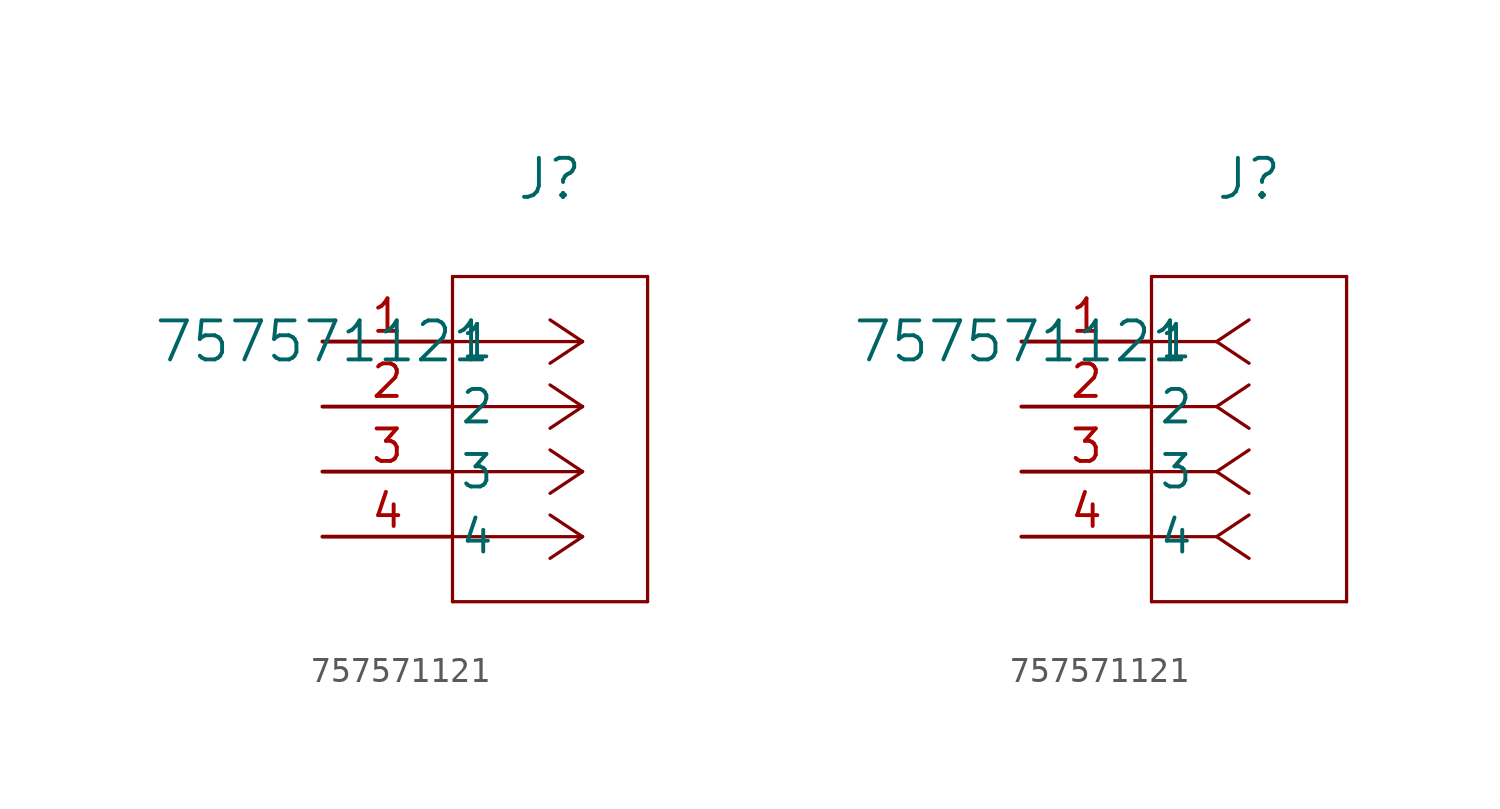
<source format=kicad_sym>
(kicad_symbol_lib
  (version 20211014)
  (generator kicad_symbol_editor)
  (symbol "757571121"
    (pin_names
      (offset 0.254))
    (property "Reference" "J"
      (at 8.89 6.35 0)
      (effects (font (size 1.524 1.524))))
    (property "Value" "757571121"
      (at 0 0 0)
      (effects (font (size 1.524 1.524))))
    (symbol "757571121_1_1"
      (polyline (pts (xy 10.16 0) (xy 5.08 0)) (stroke (width 0.127) (type default) (color 0 0 0 0)) (fill (type none)))
      (polyline (pts (xy 10.16 -2.54) (xy 5.08 -2.54)) (stroke (width 0.127) (type default) (color 0 0 0 0)) (fill (type none)))
      (polyline (pts (xy 10.16 -5.08) (xy 5.08 -5.08)) (stroke (width 0.127) (type default) (color 0 0 0 0)) (fill (type none)))
      (polyline (pts (xy 10.16 -7.62) (xy 5.08 -7.62)) (stroke (width 0.127) (type default) (color 0 0 0 0)) (fill (type none)))
      (polyline (pts (xy 10.16 0) (xy 8.89 0.847)) (stroke (width 0.127) (type default) (color 0 0 0 0)) (fill (type none)))
      (polyline (pts (xy 10.16 -2.54) (xy 8.89 -1.693)) (stroke (width 0.127) (type default) (color 0 0 0 0)) (fill (type none)))
      (polyline (pts (xy 10.16 -5.08) (xy 8.89 -4.233)) (stroke (width 0.127) (type default) (color 0 0 0 0)) (fill (type none)))
      (polyline (pts (xy 10.16 -7.62) (xy 8.89 -6.773)) (stroke (width 0.127) (type default) (color 0 0 0 0)) (fill (type none)))
      (polyline (pts (xy 10.16 0) (xy 8.89 -0.847)) (stroke (width 0.127) (type default) (color 0 0 0 0)) (fill (type none)))
      (polyline (pts (xy 10.16 -2.54) (xy 8.89 -3.387)) (stroke (width 0.127) (type default) (color 0 0 0 0)) (fill (type none)))
      (polyline (pts (xy 10.16 -5.08) (xy 8.89 -5.927)) (stroke (width 0.127) (type default) (color 0 0 0 0)) (fill (type none)))
      (polyline (pts (xy 10.16 -7.62) (xy 8.89 -8.467)) (stroke (width 0.127) (type default) (color 0 0 0 0)) (fill (type none)))
      (polyline (pts (xy 5.08 2.54) (xy 5.08 -10.16)) (stroke (width 0.127) (type default) (color 0 0 0 0)) (fill (type none)))
      (polyline (pts (xy 5.08 -10.16) (xy 12.7 -10.16)) (stroke (width 0.127) (type default) (color 0 0 0 0)) (fill (type none)))
      (polyline (pts (xy 12.7 -10.16) (xy 12.7 2.54)) (stroke (width 0.127) (type default) (color 0 0 0 0)) (fill (type none)))
      (polyline (pts (xy 12.7 2.54) (xy 5.08 2.54)) (stroke (width 0.127) (type default) (color 0 0 0 0)) (fill (type none)))
      (pin unspecified line (at 0 0 0) (length 5.08) (name "1" (effects (font (size 1.27 1.27)))) (number "1" (effects (font (size 1.27 1.27)))))
      (pin unspecified line (at 0 -2.54 0) (length 5.08) (name "2" (effects (font (size 1.27 1.27)))) (number "2" (effects (font (size 1.27 1.27)))))
      (pin unspecified line (at 0 -5.08 0) (length 5.08) (name "3" (effects (font (size 1.27 1.27)))) (number "3" (effects (font (size 1.27 1.27)))))
      (pin unspecified line (at 0 -7.62 0) (length 5.08) (name "4" (effects (font (size 1.27 1.27)))) (number "4" (effects (font (size 1.27 1.27))))))
    (symbol "757571121_1_2"
      (polyline (pts (xy 7.62 0) (xy 5.08 0)) (stroke (width 0.127) (type default) (color 0 0 0 0)) (fill (type none)))
      (polyline (pts (xy 7.62 -2.54) (xy 5.08 -2.54)) (stroke (width 0.127) (type default) (color 0 0 0 0)) (fill (type none)))
      (polyline (pts (xy 7.62 -5.08) (xy 5.08 -5.08)) (stroke (width 0.127) (type default) (color 0 0 0 0)) (fill (type none)))
      (polyline (pts (xy 7.62 -7.62) (xy 5.08 -7.62)) (stroke (width 0.127) (type default) (color 0 0 0 0)) (fill (type none)))
      (polyline (pts (xy 7.62 0) (xy 8.89 0.847)) (stroke (width 0.127) (type default) (color 0 0 0 0)) (fill (type none)))
      (polyline (pts (xy 7.62 -2.54) (xy 8.89 -1.693)) (stroke (width 0.127) (type default) (color 0 0 0 0)) (fill (type none)))
      (polyline (pts (xy 7.62 -5.08) (xy 8.89 -4.233)) (stroke (width 0.127) (type default) (color 0 0 0 0)) (fill (type none)))
      (polyline (pts (xy 7.62 -7.62) (xy 8.89 -6.773)) (stroke (width 0.127) (type default) (color 0 0 0 0)) (fill (type none)))
      (polyline (pts (xy 7.62 0) (xy 8.89 -0.847)) (stroke (width 0.127) (type default) (color 0 0 0 0)) (fill (type none)))
      (polyline (pts (xy 7.62 -2.54) (xy 8.89 -3.387)) (stroke (width 0.127) (type default) (color 0 0 0 0)) (fill (type none)))
      (polyline (pts (xy 7.62 -5.08) (xy 8.89 -5.927)) (stroke (width 0.127) (type default) (color 0 0 0 0)) (fill (type none)))
      (polyline (pts (xy 7.62 -7.62) (xy 8.89 -8.467)) (stroke (width 0.127) (type default) (color 0 0 0 0)) (fill (type none)))
      (polyline (pts (xy 5.08 2.54) (xy 5.08 -10.16)) (stroke (width 0.127) (type default) (color 0 0 0 0)) (fill (type none)))
      (polyline (pts (xy 5.08 -10.16) (xy 12.7 -10.16)) (stroke (width 0.127) (type default) (color 0 0 0 0)) (fill (type none)))
      (polyline (pts (xy 12.7 -10.16) (xy 12.7 2.54)) (stroke (width 0.127) (type default) (color 0 0 0 0)) (fill (type none)))
      (polyline (pts (xy 12.7 2.54) (xy 5.08 2.54)) (stroke (width 0.127) (type default) (color 0 0 0 0)) (fill (type none)))
      (pin unspecified line (at 0 0 0) (length 5.08) (name "1" (effects (font (size 1.27 1.27)))) (number "1" (effects (font (size 1.27 1.27)))))
      (pin unspecified line (at 0 -2.54 0) (length 5.08) (name "2" (effects (font (size 1.27 1.27)))) (number "2" (effects (font (size 1.27 1.27)))))
      (pin unspecified line (at 0 -5.08 0) (length 5.08) (name "3" (effects (font (size 1.27 1.27)))) (number "3" (effects (font (size 1.27 1.27)))))
      (pin unspecified line (at 0 -7.62 0) (length 5.08) (name "4" (effects (font (size 1.27 1.27)))) (number "4" (effects (font (size 1.27 1.27))))))))
</source>
